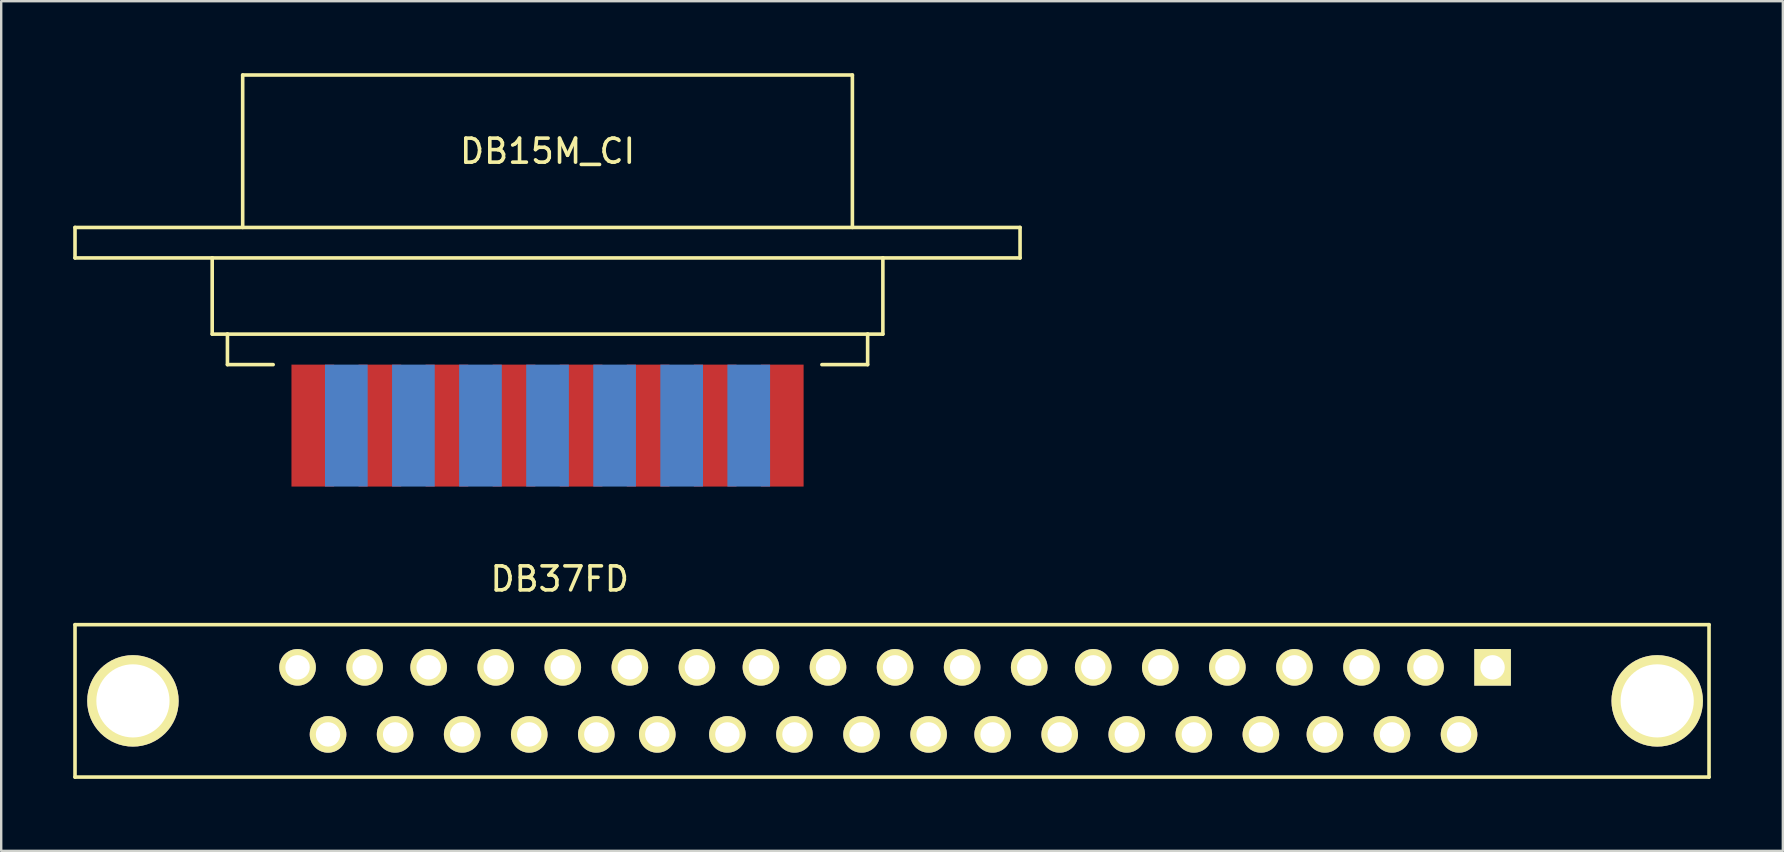
<source format=kicad_pcb>
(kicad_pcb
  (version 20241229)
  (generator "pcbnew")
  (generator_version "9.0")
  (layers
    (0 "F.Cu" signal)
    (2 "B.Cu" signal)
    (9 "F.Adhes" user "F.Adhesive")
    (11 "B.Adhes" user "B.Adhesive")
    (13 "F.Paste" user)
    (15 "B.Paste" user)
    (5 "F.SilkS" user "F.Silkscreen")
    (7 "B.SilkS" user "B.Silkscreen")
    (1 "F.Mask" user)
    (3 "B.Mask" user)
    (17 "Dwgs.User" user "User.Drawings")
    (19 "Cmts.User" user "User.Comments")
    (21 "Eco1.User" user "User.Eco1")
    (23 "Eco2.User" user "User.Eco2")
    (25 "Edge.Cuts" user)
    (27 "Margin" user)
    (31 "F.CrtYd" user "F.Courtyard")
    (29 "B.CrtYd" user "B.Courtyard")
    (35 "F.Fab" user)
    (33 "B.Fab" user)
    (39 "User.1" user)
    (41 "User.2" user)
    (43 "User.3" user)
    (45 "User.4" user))
  (footprint "DB37FD"
    (layer "F.Cu")
    (at 34.238 26.148)
    (property "Reference" "DB37FD" (at -13.97 -5.08 0) (layer "F.SilkS") (effects (font (size 1 1) (thickness 0.15))))
    (attr through_hole)
    (fp_line (start -34.163 -3.175) (end -34.163 3.175) (stroke (width 0.15) (type solid)) (layer "F.SilkS"))
    (fp_line (start -34.163 3.175) (end 33.909 3.175) (stroke (width 0.15) (type solid)) (layer "F.SilkS"))
    (fp_line (start 33.909 -3.175) (end -34.163 -3.175) (stroke (width 0.15) (type solid)) (layer "F.SilkS"))
    (fp_line (start 33.909 3.175) (end 33.909 -3.175) (stroke (width 0.15) (type solid)) (layer "F.SilkS"))
    (pad "" thru_hole circle (at -31.75 0) (size 3.81 3.81) (drill 3.048) (layers "*.Cu" "*.Mask" "F.SilkS"))
    (pad "" thru_hole circle (at 31.75 0) (size 3.81 3.81) (drill 3.048) (layers "*.Cu" "*.Mask" "F.SilkS"))
    (pad "1" thru_hole rect (at 24.892 -1.397) (size 1.524 1.524) (drill 1.016) (layers "*.Cu" "*.Mask" "F.SilkS"))
    (pad "2" thru_hole circle (at 22.098 -1.397) (size 1.524 1.524) (drill 1.016) (layers "*.Cu" "*.Mask" "F.SilkS"))
    (pad "3" thru_hole circle (at 19.431 -1.397) (size 1.524 1.524) (drill 1.016) (layers "*.Cu" "*.Mask" "F.SilkS"))
    (pad "4" thru_hole circle (at 16.637 -1.397) (size 1.524 1.524) (drill 1.016) (layers "*.Cu" "*.Mask" "F.SilkS"))
    (pad "5" thru_hole circle (at 13.843 -1.397) (size 1.524 1.524) (drill 1.016) (layers "*.Cu" "*.Mask" "F.SilkS"))
    (pad "6" thru_hole circle (at 11.049 -1.397) (size 1.524 1.524) (drill 1.016) (layers "*.Cu" "*.Mask" "F.SilkS"))
    (pad "7" thru_hole circle (at 8.255 -1.397) (size 1.524 1.524) (drill 1.016) (layers "*.Cu" "*.Mask" "F.SilkS"))
    (pad "8" thru_hole circle (at 5.588 -1.397) (size 1.524 1.524) (drill 1.016) (layers "*.Cu" "*.Mask" "F.SilkS"))
    (pad "9" thru_hole circle (at 2.794 -1.397) (size 1.524 1.524) (drill 1.016) (layers "*.Cu" "*.Mask" "F.SilkS"))
    (pad "10" thru_hole circle (at 0 -1.397) (size 1.524 1.524) (drill 1.016) (layers "*.Cu" "*.Mask" "F.SilkS"))
    (pad "11" thru_hole circle (at -2.794 -1.397) (size 1.524 1.524) (drill 1.016) (layers "*.Cu" "*.Mask" "F.SilkS"))
    (pad "12" thru_hole circle (at -5.588 -1.397) (size 1.524 1.524) (drill 1.016) (layers "*.Cu" "*.Mask" "F.SilkS"))
    (pad "13" thru_hole circle (at -8.255 -1.397) (size 1.524 1.524) (drill 1.016) (layers "*.Cu" "*.Mask" "F.SilkS"))
    (pad "14" thru_hole circle (at -11.049 -1.397) (size 1.524 1.524) (drill 1.016) (layers "*.Cu" "*.Mask" "F.SilkS"))
    (pad "15" thru_hole circle (at -13.843 -1.397) (size 1.524 1.524) (drill 1.016) (layers "*.Cu" "*.Mask" "F.SilkS"))
    (pad "16" thru_hole circle (at -16.637 -1.397) (size 1.524 1.524) (drill 1.016) (layers "*.Cu" "*.Mask" "F.SilkS"))
    (pad "17" thru_hole circle (at -19.431 -1.397) (size 1.524 1.524) (drill 1.016) (layers "*.Cu" "*.Mask" "F.SilkS"))
    (pad "18" thru_hole circle (at -22.098 -1.397) (size 1.524 1.524) (drill 1.016) (layers "*.Cu" "*.Mask" "F.SilkS"))
    (pad "19" thru_hole circle (at -24.892 -1.397) (size 1.524 1.524) (drill 1.016) (layers "*.Cu" "*.Mask" "F.SilkS"))
    (pad "20" thru_hole circle (at 23.495 1.397) (size 1.524 1.524) (drill 1.016) (layers "*.Cu" "*.Mask" "F.SilkS"))
    (pad "21" thru_hole circle (at 20.701 1.397) (size 1.524 1.524) (drill 1.016) (layers "*.Cu" "*.Mask" "F.SilkS"))
    (pad "22" thru_hole circle (at 17.907 1.397) (size 1.524 1.524) (drill 1.016) (layers "*.Cu" "*.Mask" "F.SilkS"))
    (pad "23" thru_hole circle (at 15.24 1.397) (size 1.524 1.524) (drill 1.016) (layers "*.Cu" "*.Mask" "F.SilkS"))
    (pad "24" thru_hole circle (at 12.446 1.397) (size 1.524 1.524) (drill 1.016) (layers "*.Cu" "*.Mask" "F.SilkS"))
    (pad "25" thru_hole circle (at 9.652 1.397) (size 1.524 1.524) (drill 1.016) (layers "*.Cu" "*.Mask" "F.SilkS"))
    (pad "26" thru_hole circle (at 6.858 1.397) (size 1.524 1.524) (drill 1.016) (layers "*.Cu" "*.Mask" "F.SilkS"))
    (pad "27" thru_hole circle (at 4.064 1.397) (size 1.524 1.524) (drill 1.016) (layers "*.Cu" "*.Mask" "F.SilkS"))
    (pad "28" thru_hole circle (at 1.397 1.397) (size 1.524 1.524) (drill 1.016) (layers "*.Cu" "*.Mask" "F.SilkS"))
    (pad "29" thru_hole circle (at -1.397 1.397) (size 1.524 1.524) (drill 1.016) (layers "*.Cu" "*.Mask" "F.SilkS"))
    (pad "30" thru_hole circle (at -4.191 1.397) (size 1.524 1.524) (drill 1.016) (layers "*.Cu" "*.Mask" "F.SilkS"))
    (pad "31" thru_hole circle (at -6.985 1.397) (size 1.524 1.524) (drill 1.016) (layers "*.Cu" "*.Mask" "F.SilkS"))
    (pad "32" thru_hole circle (at -9.906 1.397) (size 1.524 1.524) (drill 1.016) (layers "*.Cu" "*.Mask" "F.SilkS"))
    (pad "33" thru_hole circle (at -12.446 1.397) (size 1.524 1.524) (drill 1.016) (layers "*.Cu" "*.Mask" "F.SilkS"))
    (pad "34" thru_hole circle (at -15.24 1.397) (size 1.524 1.524) (drill 1.016) (layers "*.Cu" "*.Mask" "F.SilkS"))
    (pad "35" thru_hole circle (at -18.034 1.397) (size 1.524 1.524) (drill 1.016) (layers "*.Cu" "*.Mask" "F.SilkS"))
    (pad "36" thru_hole circle (at -20.828 1.397) (size 1.524 1.524) (drill 1.016) (layers "*.Cu" "*.Mask" "F.SilkS"))
    (pad "37" thru_hole circle (at -23.622 1.397) (size 1.524 1.524) (drill 1.016) (layers "*.Cu" "*.Mask" "F.SilkS")))
  (footprint "DB15M_CI"
    (layer "F.Cu")
    (at 19.76 12.013)
    (property "Reference" "DB15M_CI" (at 0 -8.763 0) (layer "F.SilkS") (effects (font (size 1 1) (thickness 0.15))))
    (attr through_hole)
    (fp_line (start -19.685 -5.588) (end -19.685 -4.318) (stroke (width 0.15) (type solid)) (layer "F.SilkS"))
    (fp_line (start -19.685 -4.318) (end -13.97 -4.318) (stroke (width 0.15) (type solid)) (layer "F.SilkS"))
    (fp_line (start -13.97 -4.318) (end -13.97 -1.143) (stroke (width 0.15) (type solid)) (layer "F.SilkS"))
    (fp_line (start -13.97 -1.143) (end -13.335 -1.143) (stroke (width 0.15) (type solid)) (layer "F.SilkS"))
    (fp_line (start -13.335 -1.143) (end -13.335 0.127) (stroke (width 0.15) (type solid)) (layer "F.SilkS"))
    (fp_line (start -13.335 0.127) (end -11.43 0.127) (stroke (width 0.15) (type solid)) (layer "F.SilkS"))
    (fp_line (start -12.7 -11.938) (end -12.7 -5.588) (stroke (width 0.15) (type solid)) (layer "F.SilkS"))
    (fp_line (start 11.43 0.127) (end 13.335 0.127) (stroke (width 0.15) (type solid)) (layer "F.SilkS"))
    (fp_line (start 12.7 -11.938) (end -12.7 -11.938) (stroke (width 0.15) (type solid)) (layer "F.SilkS"))
    (fp_line (start 12.7 -5.588) (end 12.7 -11.938) (stroke (width 0.15) (type solid)) (layer "F.SilkS"))
    (fp_line (start 13.335 -1.143) (end -13.335 -1.143) (stroke (width 0.15) (type solid)) (layer "F.SilkS"))
    (fp_line (start 13.335 -1.143) (end 13.97 -1.143) (stroke (width 0.15) (type solid)) (layer "F.SilkS"))
    (fp_line (start 13.335 0.127) (end 13.335 -1.143) (stroke (width 0.15) (type solid)) (layer "F.SilkS"))
    (fp_line (start 13.97 -4.318) (end -13.97 -4.318) (stroke (width 0.15) (type solid)) (layer "F.SilkS"))
    (fp_line (start 13.97 -4.318) (end 19.685 -4.318) (stroke (width 0.15) (type solid)) (layer "F.SilkS"))
    (fp_line (start 13.97 -1.143) (end 13.97 -4.318) (stroke (width 0.15) (type solid)) (layer "F.SilkS"))
    (fp_line (start 19.685 -5.588) (end -19.685 -5.588) (stroke (width 0.15) (type solid)) (layer "F.SilkS"))
    (fp_line (start 19.685 -4.318) (end 19.685 -5.588) (stroke (width 0.15) (type solid)) (layer "F.SilkS"))
    (pad "1" connect rect (at 9.779 2.667 180) (size 1.778 5.08) (layers "F.Cu" "F.Mask"))
    (pad "2" connect rect (at 6.985 2.667 180) (size 1.778 5.08) (layers "F.Cu" "F.Mask"))
    (pad "3" connect rect (at 4.191 2.667 180) (size 1.778 5.08) (layers "F.Cu" "F.Mask"))
    (pad "4" connect rect (at 1.397 2.667 180) (size 1.778 5.08) (layers "F.Cu" "F.Mask"))
    (pad "5" connect rect (at -1.397 2.667 180) (size 1.778 5.08) (layers "F.Cu" "F.Mask"))
    (pad "6" connect rect (at -4.191 2.667 180) (size 1.778 5.08) (layers "F.Cu" "F.Mask"))
    (pad "7" connect rect (at -6.985 2.667 180) (size 1.778 5.08) (layers "F.Cu" "F.Mask"))
    (pad "8" connect rect (at -9.779 2.667 180) (size 1.778 5.08) (layers "F.Cu" "F.Mask"))
    (pad "9" connect rect (at 8.382 2.667 180) (size 1.778 5.08) (layers "B.Cu" "B.Mask"))
    (pad "10" connect rect (at 5.588 2.667 180) (size 1.778 5.08) (layers "B.Cu" "B.Mask"))
    (pad "11" connect rect (at 2.794 2.667 180) (size 1.778 5.08) (layers "B.Cu" "B.Mask"))
    (pad "12" connect rect (at 0 2.667 180) (size 1.778 5.08) (layers "B.Cu" "B.Mask"))
    (pad "13" connect rect (at -2.794 2.667 180) (size 1.778 5.08) (layers "B.Cu" "B.Mask"))
    (pad "14" connect rect (at -5.588 2.667 180) (size 1.778 5.08) (layers "B.Cu" "B.Mask"))
    (pad "15" connect rect (at -8.382 2.667 180) (size 1.778 5.08) (layers "B.Cu" "B.Mask")))
  (gr_rect
    (start -3 -3)
    (end 71.222 32.398)
    (stroke (width 0.1) (type default))
    (fill no)
    (layer "Edge.Cuts")))
</source>
